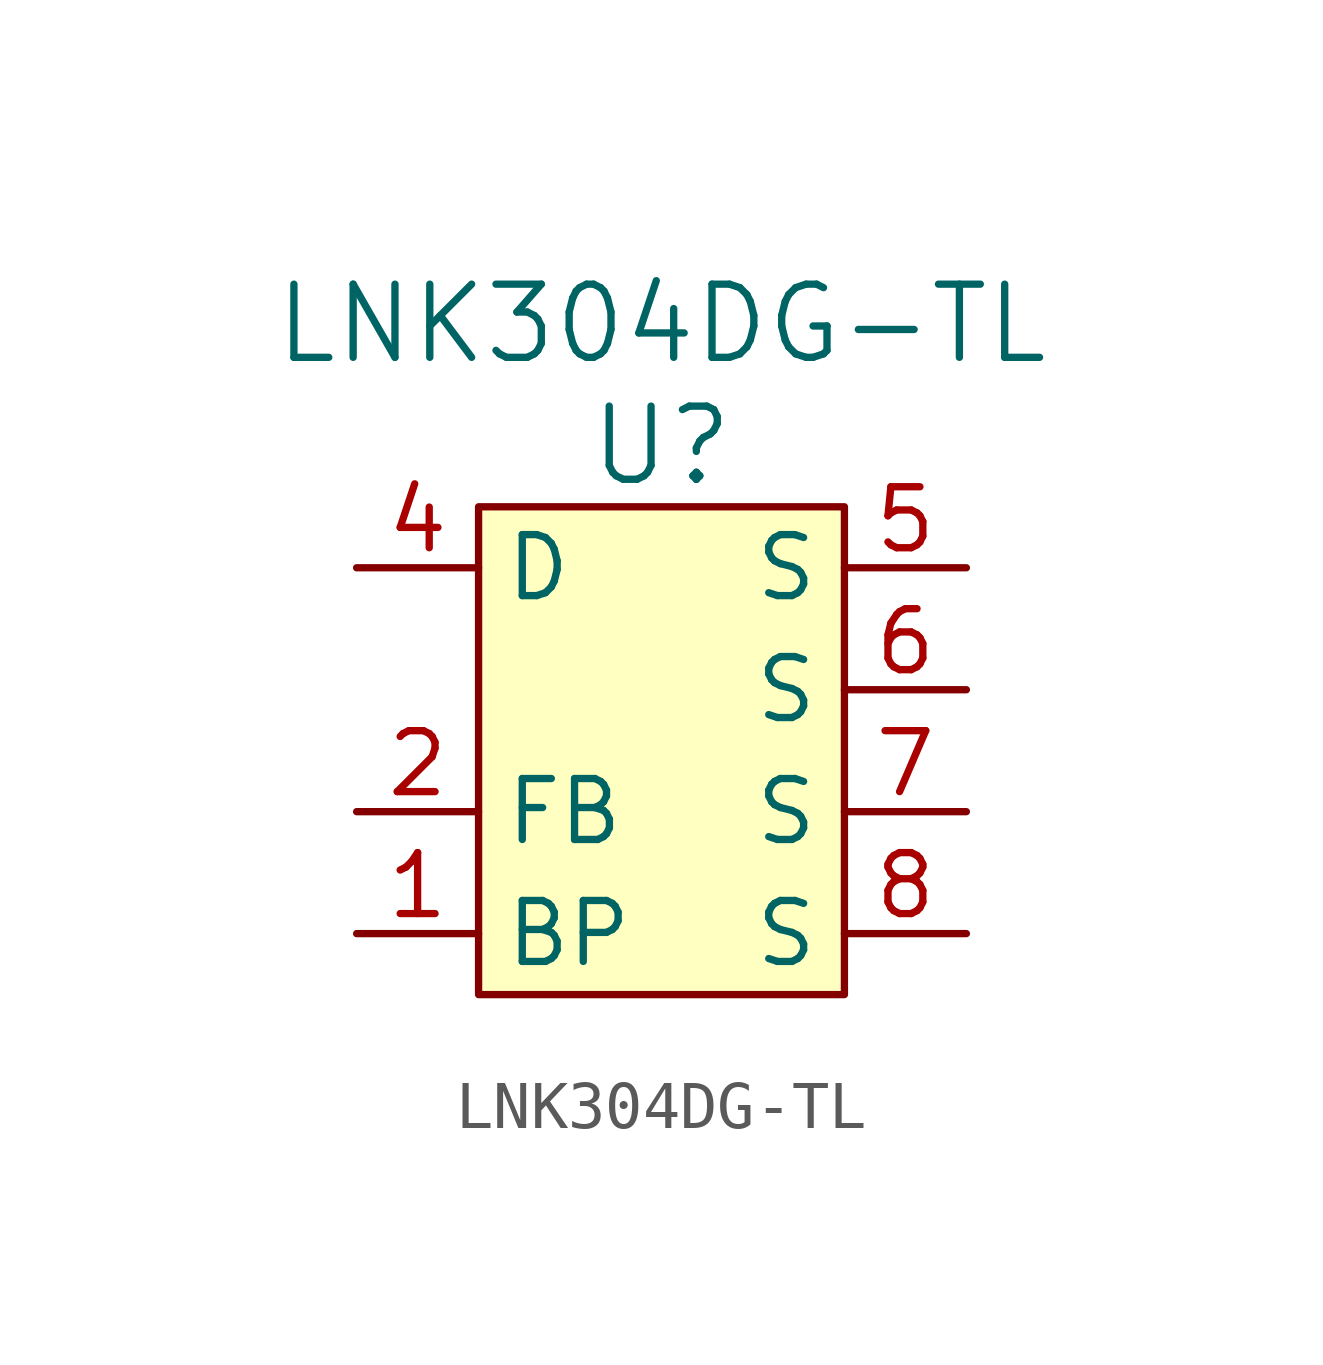
<source format=kicad_sym>
(kicad_symbol_lib
  (version 20211014)
  (generator kicad_symbol_editor)
  (symbol "LNK304DG-TL"
    (property "Reference" "U"
      (at 1.27 5.08 0)
      (effects (font (size 1.524 1.524))))
    (property "Value" "LNK304DG-TL"
      (at 1.27 7.62 0)
      (effects (font (size 1.524 1.524))))
    (symbol "LNK304DG-TL_0_1"
      (rectangle (start -2.54 3.81) (end 5.08 -6.35) (stroke (width 0) (type default) (color 0 0 0 0)) (fill (type background))))
    (symbol "LNK304DG-TL_1_1"
      (pin passive line (at -5.08 -5.08 0) (length 2.54) (name "BP" (effects (font (size 1.27 1.27)))) (number "1" (effects (font (size 1.27 1.27)))))
      (pin input line (at -5.08 -2.54 0) (length 2.54) (name "FB" (effects (font (size 1.27 1.27)))) (number "2" (effects (font (size 1.27 1.27)))))
      (pin passive line (at -5.08 2.54 0) (length 2.54) (name "D" (effects (font (size 1.27 1.27)))) (number "4" (effects (font (size 1.27 1.27)))))
      (pin passive line (at 7.62 2.54 180) (length 2.54) (name "S" (effects (font (size 1.27 1.27)))) (number "5" (effects (font (size 1.27 1.27)))))
      (pin passive line (at 7.62 0 180) (length 2.54) (name "S" (effects (font (size 1.27 1.27)))) (number "6" (effects (font (size 1.27 1.27)))))
      (pin passive line (at 7.62 -2.54 180) (length 2.54) (name "S" (effects (font (size 1.27 1.27)))) (number "7" (effects (font (size 1.27 1.27)))))
      (pin passive line (at 7.62 -5.08 180) (length 2.54) (name "S" (effects (font (size 1.27 1.27)))) (number "8" (effects (font (size 1.27 1.27))))))))
</source>
